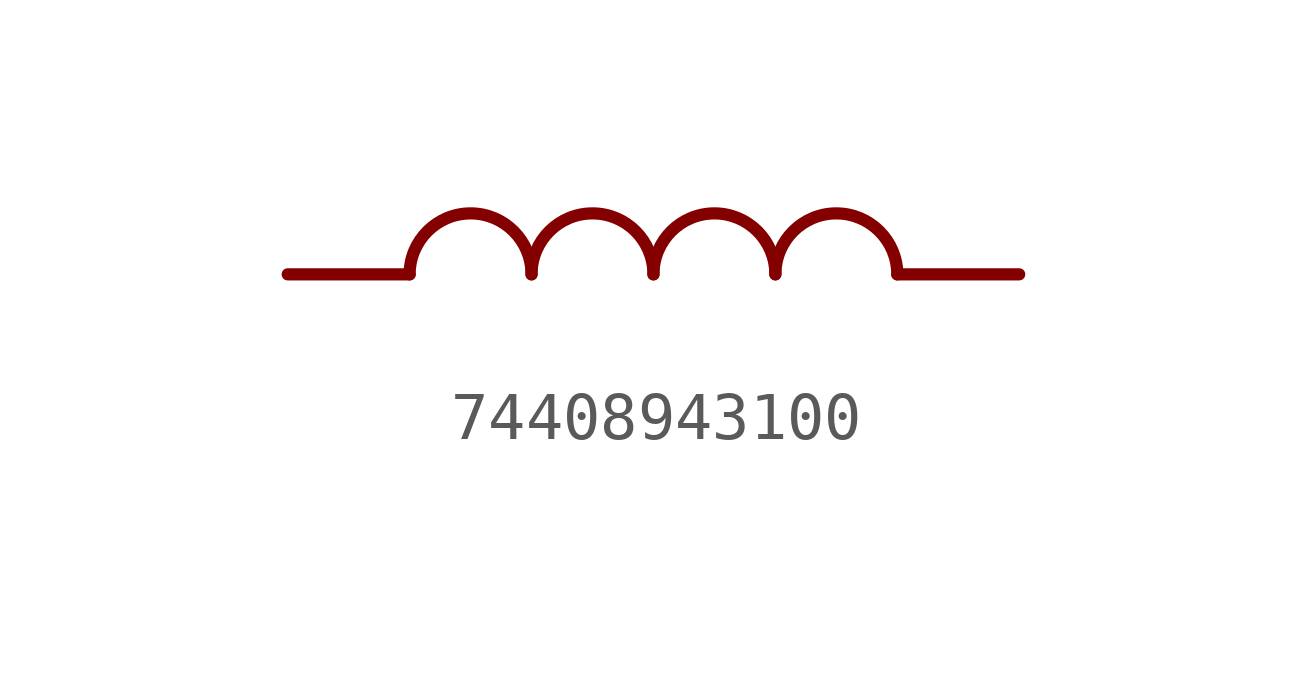
<source format=kicad_sym>
(kicad_symbol_lib
  (version 20220914)
  (generator kicad_symbol_editor)
  (symbol "74408943100"
    (property "Reference" ""
      (at 2.54 2.54 0)
      (effects (font (size 1.778 1.511)) (justify left bottom) hide))
    (property "Value" ""
      (at 3.302 -1.778 0)
      (effects (font (size 1.27 1.079)) (justify left bottom)))
    (property "ki_locked" ""
      (at 0 0 0)
      (effects (font (size 1.27 1.27))))
    (symbol "74408943100_1_0"
      (polyline (pts (xy 0 0) (xy 2.54 0)) (stroke (width 0.254) (type solid)) (fill (type none)))
      (polyline (pts (xy 12.7 0) (xy 15.24 0)) (stroke (width 0.254) (type solid)) (fill (type none)))
      (arc (start 5.08 0) (mid 3.81 1.27) (end 2.54 0) (stroke (width 0.254) (type solid)) (fill (type none)))
      (arc (start 7.62 0) (mid 6.35 1.27) (end 5.08 0) (stroke (width 0.254) (type solid)) (fill (type none)))
      (arc (start 10.16 0) (mid 8.89 1.27) (end 7.62 0) (stroke (width 0.254) (type solid)) (fill (type none)))
      (arc (start 12.7 0) (mid 11.43 1.27) (end 10.16 0) (stroke (width 0.254) (type solid)) (fill (type none)))
      (pin bidirectional line (at 0 0 0) (length 0) (name "P$1" (effects (font (size 0 0)))) (number "P$1" (effects (font (size 0 0)))))
      (pin bidirectional line (at 15.24 0 0) (length 0) (name "P$2" (effects (font (size 0 0)))) (number "P$2" (effects (font (size 0 0))))))))
</source>
